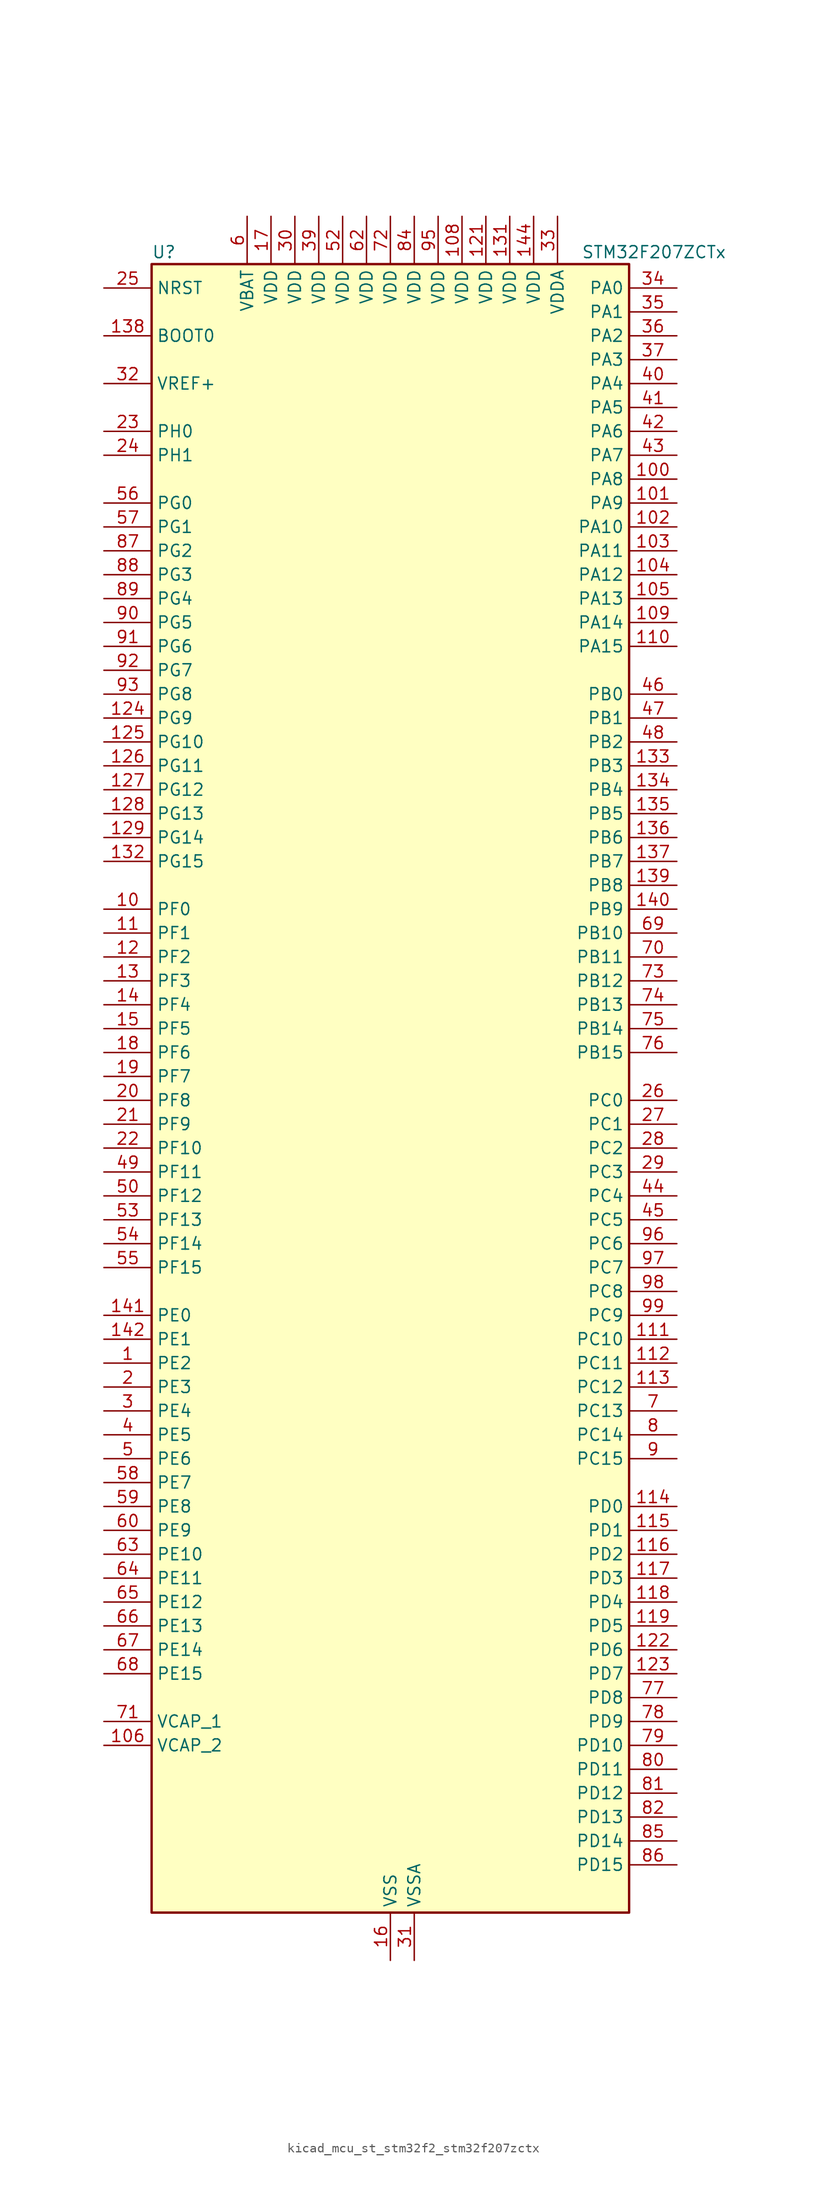
<source format=kicad_sym>
(kicad_symbol_lib
  (version 20220914)
  (generator kicad_symbol_editor)
  (symbol "kicad_mcu_st_stm32f2_stm32f207zctx"
    (property "Reference" "U"
      (at -25.4 90.17 0)
      (effects (font (size 1.27 1.27)) (justify left)))
    (property "Value" "STM32F207ZCTx"
      (at 20.32 90.17 0)
      (effects (font (size 1.27 1.27)) (justify left)))
    (property "ki_locked" ""
      (at 0 0 0)
      (effects (font (size 1.27 1.27))))
    (symbol "kicad_mcu_st_stm32f2_stm32f207zctx_0_1"
      (rectangle (start -25.4 -86.36) (end 25.4 88.9) (stroke (width 0.254) (type default)) (fill (type background))))
    (symbol "kicad_mcu_st_stm32f2_stm32f207zctx_1_1"
      (pin bidirectional line (at -30.48 -27.94 0) (length 5.08) (name "PE2" (effects (font (size 1.27 1.27)))) (number "1" (effects (font (size 1.27 1.27)))) (alternate "ETH_TXD3" bidirectional line) (alternate "FSMC_A23" bidirectional line) (alternate "SYS_TRACECLK" bidirectional line))
      (pin bidirectional line (at -30.48 20.32 0) (length 5.08) (name "PF0" (effects (font (size 1.27 1.27)))) (number "10" (effects (font (size 1.27 1.27)))) (alternate "FSMC_A0" bidirectional line) (alternate "I2C2_SDA" bidirectional line))
      (pin bidirectional line (at 30.48 66.04 180) (length 5.08) (name "PA8" (effects (font (size 1.27 1.27)))) (number "100" (effects (font (size 1.27 1.27)))) (alternate "I2C3_SCL" bidirectional line) (alternate "RCC_MCO_1" bidirectional line) (alternate "TIM1_CH1" bidirectional line) (alternate "USART1_CK" bidirectional line) (alternate "USB_OTG_FS_SOF" bidirectional line))
      (pin bidirectional line (at 30.48 63.5 180) (length 5.08) (name "PA9" (effects (font (size 1.27 1.27)))) (number "101" (effects (font (size 1.27 1.27)))) (alternate "DAC_EXTI9" bidirectional line) (alternate "DCMI_D0" bidirectional line) (alternate "I2C3_SMBA" bidirectional line) (alternate "TIM1_CH2" bidirectional line) (alternate "USART1_TX" bidirectional line) (alternate "USB_OTG_FS_VBUS" bidirectional line))
      (pin bidirectional line (at 30.48 60.96 180) (length 5.08) (name "PA10" (effects (font (size 1.27 1.27)))) (number "102" (effects (font (size 1.27 1.27)))) (alternate "DCMI_D1" bidirectional line) (alternate "TIM1_CH3" bidirectional line) (alternate "USART1_RX" bidirectional line) (alternate "USB_OTG_FS_ID" bidirectional line))
      (pin bidirectional line (at 30.48 58.42 180) (length 5.08) (name "PA11" (effects (font (size 1.27 1.27)))) (number "103" (effects (font (size 1.27 1.27)))) (alternate "ADC1_EXTI11" bidirectional line) (alternate "ADC2_EXTI11" bidirectional line) (alternate "ADC3_EXTI11" bidirectional line) (alternate "CAN1_RX" bidirectional line) (alternate "TIM1_CH4" bidirectional line) (alternate "USART1_CTS" bidirectional line) (alternate "USB_OTG_FS_DM" bidirectional line))
      (pin bidirectional line (at 30.48 55.88 180) (length 5.08) (name "PA12" (effects (font (size 1.27 1.27)))) (number "104" (effects (font (size 1.27 1.27)))) (alternate "CAN1_TX" bidirectional line) (alternate "TIM1_ETR" bidirectional line) (alternate "USART1_RTS" bidirectional line) (alternate "USB_OTG_FS_DP" bidirectional line))
      (pin bidirectional line (at 30.48 53.34 180) (length 5.08) (name "PA13" (effects (font (size 1.27 1.27)))) (number "105" (effects (font (size 1.27 1.27)))) (alternate "SYS_JTMS-SWDIO" bidirectional line))
      (pin power_out line (at -30.48 -68.58 0) (length 5.08) (name "VCAP_2" (effects (font (size 1.27 1.27)))) (number "106" (effects (font (size 1.27 1.27)))))
      (pin passive line (at 0 -91.44 90) (length 5.08) hide (name "VSS" (effects (font (size 1.27 1.27)))) (number "107" (effects (font (size 1.27 1.27)))))
      (pin power_in line (at 7.62 93.98 270) (length 5.08) (name "VDD" (effects (font (size 1.27 1.27)))) (number "108" (effects (font (size 1.27 1.27)))))
      (pin bidirectional line (at 30.48 50.8 180) (length 5.08) (name "PA14" (effects (font (size 1.27 1.27)))) (number "109" (effects (font (size 1.27 1.27)))) (alternate "SYS_JTCK-SWCLK" bidirectional line))
      (pin bidirectional line (at -30.48 17.78 0) (length 5.08) (name "PF1" (effects (font (size 1.27 1.27)))) (number "11" (effects (font (size 1.27 1.27)))) (alternate "FSMC_A1" bidirectional line) (alternate "I2C2_SCL" bidirectional line))
      (pin bidirectional line (at 30.48 48.26 180) (length 5.08) (name "PA15" (effects (font (size 1.27 1.27)))) (number "110" (effects (font (size 1.27 1.27)))) (alternate "ADC1_EXTI15" bidirectional line) (alternate "ADC2_EXTI15" bidirectional line) (alternate "ADC3_EXTI15" bidirectional line) (alternate "I2S3_WS" bidirectional line) (alternate "SPI1_NSS" bidirectional line) (alternate "SPI3_NSS" bidirectional line) (alternate "SYS_JTDI" bidirectional line) (alternate "TIM2_CH1" bidirectional line) (alternate "TIM2_ETR" bidirectional line))
      (pin bidirectional line (at 30.48 -25.4 180) (length 5.08) (name "PC10" (effects (font (size 1.27 1.27)))) (number "111" (effects (font (size 1.27 1.27)))) (alternate "DCMI_D8" bidirectional line) (alternate "I2S3_SCK" bidirectional line) (alternate "SDIO_D2" bidirectional line) (alternate "SPI3_SCK" bidirectional line) (alternate "UART4_TX" bidirectional line) (alternate "USART3_TX" bidirectional line))
      (pin bidirectional line (at 30.48 -27.94 180) (length 5.08) (name "PC11" (effects (font (size 1.27 1.27)))) (number "112" (effects (font (size 1.27 1.27)))) (alternate "ADC1_EXTI11" bidirectional line) (alternate "ADC2_EXTI11" bidirectional line) (alternate "ADC3_EXTI11" bidirectional line) (alternate "DCMI_D4" bidirectional line) (alternate "SDIO_D3" bidirectional line) (alternate "SPI3_MISO" bidirectional line) (alternate "UART4_RX" bidirectional line) (alternate "USART3_RX" bidirectional line))
      (pin bidirectional line (at 30.48 -30.48 180) (length 5.08) (name "PC12" (effects (font (size 1.27 1.27)))) (number "113" (effects (font (size 1.27 1.27)))) (alternate "DCMI_D9" bidirectional line) (alternate "I2S3_SD" bidirectional line) (alternate "SDIO_CK" bidirectional line) (alternate "SPI3_MOSI" bidirectional line) (alternate "UART5_TX" bidirectional line) (alternate "USART3_CK" bidirectional line))
      (pin bidirectional line (at 30.48 -43.18 180) (length 5.08) (name "PD0" (effects (font (size 1.27 1.27)))) (number "114" (effects (font (size 1.27 1.27)))) (alternate "CAN1_RX" bidirectional line) (alternate "FSMC_D2" bidirectional line) (alternate "FSMC_DA2" bidirectional line))
      (pin bidirectional line (at 30.48 -45.72 180) (length 5.08) (name "PD1" (effects (font (size 1.27 1.27)))) (number "115" (effects (font (size 1.27 1.27)))) (alternate "CAN1_TX" bidirectional line) (alternate "FSMC_D3" bidirectional line) (alternate "FSMC_DA3" bidirectional line))
      (pin bidirectional line (at 30.48 -48.26 180) (length 5.08) (name "PD2" (effects (font (size 1.27 1.27)))) (number "116" (effects (font (size 1.27 1.27)))) (alternate "DCMI_D11" bidirectional line) (alternate "SDIO_CMD" bidirectional line) (alternate "TIM3_ETR" bidirectional line) (alternate "UART5_RX" bidirectional line))
      (pin bidirectional line (at 30.48 -50.8 180) (length 5.08) (name "PD3" (effects (font (size 1.27 1.27)))) (number "117" (effects (font (size 1.27 1.27)))) (alternate "FSMC_CLK" bidirectional line) (alternate "USART2_CTS" bidirectional line))
      (pin bidirectional line (at 30.48 -53.34 180) (length 5.08) (name "PD4" (effects (font (size 1.27 1.27)))) (number "118" (effects (font (size 1.27 1.27)))) (alternate "FSMC_NOE" bidirectional line) (alternate "USART2_RTS" bidirectional line))
      (pin bidirectional line (at 30.48 -55.88 180) (length 5.08) (name "PD5" (effects (font (size 1.27 1.27)))) (number "119" (effects (font (size 1.27 1.27)))) (alternate "FSMC_NWE" bidirectional line) (alternate "USART2_TX" bidirectional line))
      (pin bidirectional line (at -30.48 15.24 0) (length 5.08) (name "PF2" (effects (font (size 1.27 1.27)))) (number "12" (effects (font (size 1.27 1.27)))) (alternate "FSMC_A2" bidirectional line) (alternate "I2C2_SMBA" bidirectional line))
      (pin passive line (at 0 -91.44 90) (length 5.08) hide (name "VSS" (effects (font (size 1.27 1.27)))) (number "120" (effects (font (size 1.27 1.27)))))
      (pin power_in line (at 10.16 93.98 270) (length 5.08) (name "VDD" (effects (font (size 1.27 1.27)))) (number "121" (effects (font (size 1.27 1.27)))))
      (pin bidirectional line (at 30.48 -58.42 180) (length 5.08) (name "PD6" (effects (font (size 1.27 1.27)))) (number "122" (effects (font (size 1.27 1.27)))) (alternate "FSMC_NWAIT" bidirectional line) (alternate "USART2_RX" bidirectional line))
      (pin bidirectional line (at 30.48 -60.96 180) (length 5.08) (name "PD7" (effects (font (size 1.27 1.27)))) (number "123" (effects (font (size 1.27 1.27)))) (alternate "FSMC_NCE2" bidirectional line) (alternate "FSMC_NE1" bidirectional line) (alternate "USART2_CK" bidirectional line))
      (pin bidirectional line (at -30.48 40.64 0) (length 5.08) (name "PG9" (effects (font (size 1.27 1.27)))) (number "124" (effects (font (size 1.27 1.27)))) (alternate "DAC_EXTI9" bidirectional line) (alternate "FSMC_NCE3" bidirectional line) (alternate "FSMC_NE2" bidirectional line) (alternate "USART6_RX" bidirectional line))
      (pin bidirectional line (at -30.48 38.1 0) (length 5.08) (name "PG10" (effects (font (size 1.27 1.27)))) (number "125" (effects (font (size 1.27 1.27)))) (alternate "FSMC_NCE4_1" bidirectional line) (alternate "FSMC_NE3" bidirectional line))
      (pin bidirectional line (at -30.48 35.56 0) (length 5.08) (name "PG11" (effects (font (size 1.27 1.27)))) (number "126" (effects (font (size 1.27 1.27)))) (alternate "ADC1_EXTI11" bidirectional line) (alternate "ADC2_EXTI11" bidirectional line) (alternate "ADC3_EXTI11" bidirectional line) (alternate "ETH_TX_EN" bidirectional line) (alternate "FSMC_NCE4_2" bidirectional line))
      (pin bidirectional line (at -30.48 33.02 0) (length 5.08) (name "PG12" (effects (font (size 1.27 1.27)))) (number "127" (effects (font (size 1.27 1.27)))) (alternate "FSMC_NE4" bidirectional line) (alternate "USART6_RTS" bidirectional line))
      (pin bidirectional line (at -30.48 30.48 0) (length 5.08) (name "PG13" (effects (font (size 1.27 1.27)))) (number "128" (effects (font (size 1.27 1.27)))) (alternate "ETH_TXD0" bidirectional line) (alternate "FSMC_A24" bidirectional line) (alternate "USART6_CTS" bidirectional line))
      (pin bidirectional line (at -30.48 27.94 0) (length 5.08) (name "PG14" (effects (font (size 1.27 1.27)))) (number "129" (effects (font (size 1.27 1.27)))) (alternate "ETH_TXD1" bidirectional line) (alternate "FSMC_A25" bidirectional line) (alternate "USART6_TX" bidirectional line))
      (pin bidirectional line (at -30.48 12.7 0) (length 5.08) (name "PF3" (effects (font (size 1.27 1.27)))) (number "13" (effects (font (size 1.27 1.27)))) (alternate "ADC3_IN9" bidirectional line) (alternate "FSMC_A3" bidirectional line))
      (pin passive line (at 0 -91.44 90) (length 5.08) hide (name "VSS" (effects (font (size 1.27 1.27)))) (number "130" (effects (font (size 1.27 1.27)))))
      (pin power_in line (at 12.7 93.98 270) (length 5.08) (name "VDD" (effects (font (size 1.27 1.27)))) (number "131" (effects (font (size 1.27 1.27)))))
      (pin bidirectional line (at -30.48 25.4 0) (length 5.08) (name "PG15" (effects (font (size 1.27 1.27)))) (number "132" (effects (font (size 1.27 1.27)))) (alternate "ADC1_EXTI15" bidirectional line) (alternate "ADC2_EXTI15" bidirectional line) (alternate "ADC3_EXTI15" bidirectional line) (alternate "DCMI_D13" bidirectional line) (alternate "USART6_CTS" bidirectional line))
      (pin bidirectional line (at 30.48 35.56 180) (length 5.08) (name "PB3" (effects (font (size 1.27 1.27)))) (number "133" (effects (font (size 1.27 1.27)))) (alternate "I2S3_SCK" bidirectional line) (alternate "SPI1_SCK" bidirectional line) (alternate "SPI3_SCK" bidirectional line) (alternate "SYS_JTDO-SWO" bidirectional line) (alternate "TIM2_CH2" bidirectional line))
      (pin bidirectional line (at 30.48 33.02 180) (length 5.08) (name "PB4" (effects (font (size 1.27 1.27)))) (number "134" (effects (font (size 1.27 1.27)))) (alternate "SPI1_MISO" bidirectional line) (alternate "SPI3_MISO" bidirectional line) (alternate "SYS_JTRST" bidirectional line) (alternate "TIM3_CH1" bidirectional line))
      (pin bidirectional line (at 30.48 30.48 180) (length 5.08) (name "PB5" (effects (font (size 1.27 1.27)))) (number "135" (effects (font (size 1.27 1.27)))) (alternate "CAN2_RX" bidirectional line) (alternate "DCMI_D10" bidirectional line) (alternate "ETH_PPS_OUT" bidirectional line) (alternate "I2C1_SMBA" bidirectional line) (alternate "I2S3_SD" bidirectional line) (alternate "SPI1_MOSI" bidirectional line) (alternate "SPI3_MOSI" bidirectional line) (alternate "TIM3_CH2" bidirectional line) (alternate "USB_OTG_HS_ULPI_D7" bidirectional line))
      (pin bidirectional line (at 30.48 27.94 180) (length 5.08) (name "PB6" (effects (font (size 1.27 1.27)))) (number "136" (effects (font (size 1.27 1.27)))) (alternate "CAN2_TX" bidirectional line) (alternate "DCMI_D5" bidirectional line) (alternate "I2C1_SCL" bidirectional line) (alternate "TIM4_CH1" bidirectional line) (alternate "USART1_TX" bidirectional line))
      (pin bidirectional line (at 30.48 25.4 180) (length 5.08) (name "PB7" (effects (font (size 1.27 1.27)))) (number "137" (effects (font (size 1.27 1.27)))) (alternate "DCMI_VSYNC" bidirectional line) (alternate "FSMC_NL" bidirectional line) (alternate "I2C1_SDA" bidirectional line) (alternate "TIM4_CH2" bidirectional line) (alternate "USART1_RX" bidirectional line))
      (pin input line (at -30.48 81.28 0) (length 5.08) (name "BOOT0" (effects (font (size 1.27 1.27)))) (number "138" (effects (font (size 1.27 1.27)))))
      (pin bidirectional line (at 30.48 22.86 180) (length 5.08) (name "PB8" (effects (font (size 1.27 1.27)))) (number "139" (effects (font (size 1.27 1.27)))) (alternate "CAN1_RX" bidirectional line) (alternate "DCMI_D6" bidirectional line) (alternate "ETH_TXD3" bidirectional line) (alternate "I2C1_SCL" bidirectional line) (alternate "SDIO_D4" bidirectional line) (alternate "TIM10_CH1" bidirectional line) (alternate "TIM4_CH3" bidirectional line))
      (pin bidirectional line (at -30.48 10.16 0) (length 5.08) (name "PF4" (effects (font (size 1.27 1.27)))) (number "14" (effects (font (size 1.27 1.27)))) (alternate "ADC3_IN14" bidirectional line) (alternate "FSMC_A4" bidirectional line))
      (pin bidirectional line (at 30.48 20.32 180) (length 5.08) (name "PB9" (effects (font (size 1.27 1.27)))) (number "140" (effects (font (size 1.27 1.27)))) (alternate "CAN1_TX" bidirectional line) (alternate "DAC_EXTI9" bidirectional line) (alternate "DCMI_D7" bidirectional line) (alternate "I2C1_SDA" bidirectional line) (alternate "I2S2_WS" bidirectional line) (alternate "SDIO_D5" bidirectional line) (alternate "SPI2_NSS" bidirectional line) (alternate "TIM11_CH1" bidirectional line) (alternate "TIM4_CH4" bidirectional line))
      (pin bidirectional line (at -30.48 -22.86 0) (length 5.08) (name "PE0" (effects (font (size 1.27 1.27)))) (number "141" (effects (font (size 1.27 1.27)))) (alternate "DCMI_D2" bidirectional line) (alternate "FSMC_NBL0" bidirectional line) (alternate "TIM4_ETR" bidirectional line))
      (pin bidirectional line (at -30.48 -25.4 0) (length 5.08) (name "PE1" (effects (font (size 1.27 1.27)))) (number "142" (effects (font (size 1.27 1.27)))) (alternate "DCMI_D3" bidirectional line) (alternate "FSMC_NBL1" bidirectional line))
      (pin no_connect line (at -25.4 -86.36 0) (length 5.08) hide (name "RFU" (effects (font (size 1.27 1.27)))) (number "143" (effects (font (size 1.27 1.27)))))
      (pin power_in line (at 15.24 93.98 270) (length 5.08) (name "VDD" (effects (font (size 1.27 1.27)))) (number "144" (effects (font (size 1.27 1.27)))))
      (pin bidirectional line (at -30.48 7.62 0) (length 5.08) (name "PF5" (effects (font (size 1.27 1.27)))) (number "15" (effects (font (size 1.27 1.27)))) (alternate "ADC3_IN15" bidirectional line) (alternate "FSMC_A5" bidirectional line))
      (pin power_in line (at 0 -91.44 90) (length 5.08) (name "VSS" (effects (font (size 1.27 1.27)))) (number "16" (effects (font (size 1.27 1.27)))))
      (pin power_in line (at -12.7 93.98 270) (length 5.08) (name "VDD" (effects (font (size 1.27 1.27)))) (number "17" (effects (font (size 1.27 1.27)))))
      (pin bidirectional line (at -30.48 5.08 0) (length 5.08) (name "PF6" (effects (font (size 1.27 1.27)))) (number "18" (effects (font (size 1.27 1.27)))) (alternate "ADC3_IN4" bidirectional line) (alternate "FSMC_NIORD" bidirectional line) (alternate "TIM10_CH1" bidirectional line))
      (pin bidirectional line (at -30.48 2.54 0) (length 5.08) (name "PF7" (effects (font (size 1.27 1.27)))) (number "19" (effects (font (size 1.27 1.27)))) (alternate "ADC3_IN5" bidirectional line) (alternate "FSMC_NREG" bidirectional line) (alternate "TIM11_CH1" bidirectional line))
      (pin bidirectional line (at -30.48 -30.48 0) (length 5.08) (name "PE3" (effects (font (size 1.27 1.27)))) (number "2" (effects (font (size 1.27 1.27)))) (alternate "FSMC_A19" bidirectional line) (alternate "SYS_TRACED0" bidirectional line))
      (pin bidirectional line (at -30.48 0 0) (length 5.08) (name "PF8" (effects (font (size 1.27 1.27)))) (number "20" (effects (font (size 1.27 1.27)))) (alternate "ADC3_IN6" bidirectional line) (alternate "FSMC_NIOWR" bidirectional line) (alternate "TIM13_CH1" bidirectional line))
      (pin bidirectional line (at -30.48 -2.54 0) (length 5.08) (name "PF9" (effects (font (size 1.27 1.27)))) (number "21" (effects (font (size 1.27 1.27)))) (alternate "ADC3_IN7" bidirectional line) (alternate "DAC_EXTI9" bidirectional line) (alternate "FSMC_CD" bidirectional line) (alternate "TIM14_CH1" bidirectional line))
      (pin bidirectional line (at -30.48 -5.08 0) (length 5.08) (name "PF10" (effects (font (size 1.27 1.27)))) (number "22" (effects (font (size 1.27 1.27)))) (alternate "ADC3_IN8" bidirectional line) (alternate "FSMC_INTR" bidirectional line))
      (pin bidirectional line (at -30.48 71.12 0) (length 5.08) (name "PH0" (effects (font (size 1.27 1.27)))) (number "23" (effects (font (size 1.27 1.27)))) (alternate "RCC_OSC_IN" bidirectional line))
      (pin bidirectional line (at -30.48 68.58 0) (length 5.08) (name "PH1" (effects (font (size 1.27 1.27)))) (number "24" (effects (font (size 1.27 1.27)))) (alternate "RCC_OSC_OUT" bidirectional line))
      (pin input line (at -30.48 86.36 0) (length 5.08) (name "NRST" (effects (font (size 1.27 1.27)))) (number "25" (effects (font (size 1.27 1.27)))))
      (pin bidirectional line (at 30.48 0 180) (length 5.08) (name "PC0" (effects (font (size 1.27 1.27)))) (number "26" (effects (font (size 1.27 1.27)))) (alternate "ADC1_IN10" bidirectional line) (alternate "ADC2_IN10" bidirectional line) (alternate "ADC3_IN10" bidirectional line) (alternate "USB_OTG_HS_ULPI_STP" bidirectional line))
      (pin bidirectional line (at 30.48 -2.54 180) (length 5.08) (name "PC1" (effects (font (size 1.27 1.27)))) (number "27" (effects (font (size 1.27 1.27)))) (alternate "ADC1_IN11" bidirectional line) (alternate "ADC2_IN11" bidirectional line) (alternate "ADC3_IN11" bidirectional line) (alternate "ETH_MDC" bidirectional line))
      (pin bidirectional line (at 30.48 -5.08 180) (length 5.08) (name "PC2" (effects (font (size 1.27 1.27)))) (number "28" (effects (font (size 1.27 1.27)))) (alternate "ADC1_IN12" bidirectional line) (alternate "ADC2_IN12" bidirectional line) (alternate "ADC3_IN12" bidirectional line) (alternate "ETH_TXD2" bidirectional line) (alternate "SPI2_MISO" bidirectional line) (alternate "USB_OTG_HS_ULPI_DIR" bidirectional line))
      (pin bidirectional line (at 30.48 -7.62 180) (length 5.08) (name "PC3" (effects (font (size 1.27 1.27)))) (number "29" (effects (font (size 1.27 1.27)))) (alternate "ADC1_IN13" bidirectional line) (alternate "ADC2_IN13" bidirectional line) (alternate "ADC3_IN13" bidirectional line) (alternate "ETH_TX_CLK" bidirectional line) (alternate "I2S2_SD" bidirectional line) (alternate "SPI2_MOSI" bidirectional line) (alternate "USB_OTG_HS_ULPI_NXT" bidirectional line))
      (pin bidirectional line (at -30.48 -33.02 0) (length 5.08) (name "PE4" (effects (font (size 1.27 1.27)))) (number "3" (effects (font (size 1.27 1.27)))) (alternate "DCMI_D4" bidirectional line) (alternate "FSMC_A20" bidirectional line) (alternate "SYS_TRACED1" bidirectional line))
      (pin power_in line (at -10.16 93.98 270) (length 5.08) (name "VDD" (effects (font (size 1.27 1.27)))) (number "30" (effects (font (size 1.27 1.27)))))
      (pin power_in line (at 2.54 -91.44 90) (length 5.08) (name "VSSA" (effects (font (size 1.27 1.27)))) (number "31" (effects (font (size 1.27 1.27)))))
      (pin input line (at -30.48 76.2 0) (length 5.08) (name "VREF+" (effects (font (size 1.27 1.27)))) (number "32" (effects (font (size 1.27 1.27)))))
      (pin power_in line (at 17.78 93.98 270) (length 5.08) (name "VDDA" (effects (font (size 1.27 1.27)))) (number "33" (effects (font (size 1.27 1.27)))))
      (pin bidirectional line (at 30.48 86.36 180) (length 5.08) (name "PA0" (effects (font (size 1.27 1.27)))) (number "34" (effects (font (size 1.27 1.27)))) (alternate "ADC1_IN0" bidirectional line) (alternate "ADC2_IN0" bidirectional line) (alternate "ADC3_IN0" bidirectional line) (alternate "ETH_CRS" bidirectional line) (alternate "SYS_WKUP" bidirectional line) (alternate "TIM2_CH1" bidirectional line) (alternate "TIM2_ETR" bidirectional line) (alternate "TIM5_CH1" bidirectional line) (alternate "TIM8_ETR" bidirectional line) (alternate "UART4_TX" bidirectional line) (alternate "USART2_CTS" bidirectional line))
      (pin bidirectional line (at 30.48 83.82 180) (length 5.08) (name "PA1" (effects (font (size 1.27 1.27)))) (number "35" (effects (font (size 1.27 1.27)))) (alternate "ADC1_IN1" bidirectional line) (alternate "ADC2_IN1" bidirectional line) (alternate "ADC3_IN1" bidirectional line) (alternate "ETH_REF_CLK" bidirectional line) (alternate "ETH_RX_CLK" bidirectional line) (alternate "TIM2_CH2" bidirectional line) (alternate "TIM5_CH2" bidirectional line) (alternate "UART4_RX" bidirectional line) (alternate "USART2_RTS" bidirectional line))
      (pin bidirectional line (at 30.48 81.28 180) (length 5.08) (name "PA2" (effects (font (size 1.27 1.27)))) (number "36" (effects (font (size 1.27 1.27)))) (alternate "ADC1_IN2" bidirectional line) (alternate "ADC2_IN2" bidirectional line) (alternate "ADC3_IN2" bidirectional line) (alternate "ETH_MDIO" bidirectional line) (alternate "TIM2_CH3" bidirectional line) (alternate "TIM5_CH3" bidirectional line) (alternate "TIM9_CH1" bidirectional line) (alternate "USART2_TX" bidirectional line))
      (pin bidirectional line (at 30.48 78.74 180) (length 5.08) (name "PA3" (effects (font (size 1.27 1.27)))) (number "37" (effects (font (size 1.27 1.27)))) (alternate "ADC1_IN3" bidirectional line) (alternate "ADC2_IN3" bidirectional line) (alternate "ADC3_IN3" bidirectional line) (alternate "ETH_COL" bidirectional line) (alternate "TIM2_CH4" bidirectional line) (alternate "TIM5_CH4" bidirectional line) (alternate "TIM9_CH2" bidirectional line) (alternate "USART2_RX" bidirectional line) (alternate "USB_OTG_HS_ULPI_D0" bidirectional line))
      (pin passive line (at 0 -91.44 90) (length 5.08) hide (name "VSS" (effects (font (size 1.27 1.27)))) (number "38" (effects (font (size 1.27 1.27)))))
      (pin power_in line (at -7.62 93.98 270) (length 5.08) (name "VDD" (effects (font (size 1.27 1.27)))) (number "39" (effects (font (size 1.27 1.27)))))
      (pin bidirectional line (at -30.48 -35.56 0) (length 5.08) (name "PE5" (effects (font (size 1.27 1.27)))) (number "4" (effects (font (size 1.27 1.27)))) (alternate "DCMI_D6" bidirectional line) (alternate "FSMC_A21" bidirectional line) (alternate "SYS_TRACED2" bidirectional line) (alternate "TIM9_CH1" bidirectional line))
      (pin bidirectional line (at 30.48 76.2 180) (length 5.08) (name "PA4" (effects (font (size 1.27 1.27)))) (number "40" (effects (font (size 1.27 1.27)))) (alternate "ADC1_IN4" bidirectional line) (alternate "ADC2_IN4" bidirectional line) (alternate "DAC_OUT1" bidirectional line) (alternate "DCMI_HSYNC" bidirectional line) (alternate "I2S3_WS" bidirectional line) (alternate "SPI1_NSS" bidirectional line) (alternate "SPI3_NSS" bidirectional line) (alternate "USART2_CK" bidirectional line) (alternate "USB_OTG_HS_SOF" bidirectional line))
      (pin bidirectional line (at 30.48 73.66 180) (length 5.08) (name "PA5" (effects (font (size 1.27 1.27)))) (number "41" (effects (font (size 1.27 1.27)))) (alternate "ADC1_IN5" bidirectional line) (alternate "ADC2_IN5" bidirectional line) (alternate "DAC_OUT2" bidirectional line) (alternate "SPI1_SCK" bidirectional line) (alternate "TIM2_CH1" bidirectional line) (alternate "TIM2_ETR" bidirectional line) (alternate "TIM8_CH1N" bidirectional line) (alternate "USB_OTG_HS_ULPI_CK" bidirectional line))
      (pin bidirectional line (at 30.48 71.12 180) (length 5.08) (name "PA6" (effects (font (size 1.27 1.27)))) (number "42" (effects (font (size 1.27 1.27)))) (alternate "ADC1_IN6" bidirectional line) (alternate "ADC2_IN6" bidirectional line) (alternate "DCMI_PIXCLK" bidirectional line) (alternate "SPI1_MISO" bidirectional line) (alternate "TIM13_CH1" bidirectional line) (alternate "TIM1_BKIN" bidirectional line) (alternate "TIM3_CH1" bidirectional line) (alternate "TIM8_BKIN" bidirectional line))
      (pin bidirectional line (at 30.48 68.58 180) (length 5.08) (name "PA7" (effects (font (size 1.27 1.27)))) (number "43" (effects (font (size 1.27 1.27)))) (alternate "ADC1_IN7" bidirectional line) (alternate "ADC2_IN7" bidirectional line) (alternate "ETH_CRS_DV" bidirectional line) (alternate "ETH_RX_DV" bidirectional line) (alternate "SPI1_MOSI" bidirectional line) (alternate "TIM14_CH1" bidirectional line) (alternate "TIM1_CH1N" bidirectional line) (alternate "TIM3_CH2" bidirectional line) (alternate "TIM8_CH1N" bidirectional line))
      (pin bidirectional line (at 30.48 -10.16 180) (length 5.08) (name "PC4" (effects (font (size 1.27 1.27)))) (number "44" (effects (font (size 1.27 1.27)))) (alternate "ADC1_IN14" bidirectional line) (alternate "ADC2_IN14" bidirectional line) (alternate "ETH_RXD0" bidirectional line))
      (pin bidirectional line (at 30.48 -12.7 180) (length 5.08) (name "PC5" (effects (font (size 1.27 1.27)))) (number "45" (effects (font (size 1.27 1.27)))) (alternate "ADC1_IN15" bidirectional line) (alternate "ADC2_IN15" bidirectional line) (alternate "ETH_RXD1" bidirectional line))
      (pin bidirectional line (at 30.48 43.18 180) (length 5.08) (name "PB0" (effects (font (size 1.27 1.27)))) (number "46" (effects (font (size 1.27 1.27)))) (alternate "ADC1_IN8" bidirectional line) (alternate "ADC2_IN8" bidirectional line) (alternate "ETH_RXD2" bidirectional line) (alternate "TIM1_CH2N" bidirectional line) (alternate "TIM3_CH3" bidirectional line) (alternate "TIM8_CH2N" bidirectional line) (alternate "USB_OTG_HS_ULPI_D1" bidirectional line))
      (pin bidirectional line (at 30.48 40.64 180) (length 5.08) (name "PB1" (effects (font (size 1.27 1.27)))) (number "47" (effects (font (size 1.27 1.27)))) (alternate "ADC1_IN9" bidirectional line) (alternate "ADC2_IN9" bidirectional line) (alternate "ETH_RXD3" bidirectional line) (alternate "TIM1_CH3N" bidirectional line) (alternate "TIM3_CH4" bidirectional line) (alternate "TIM8_CH3N" bidirectional line) (alternate "USB_OTG_HS_ULPI_D2" bidirectional line))
      (pin bidirectional line (at 30.48 38.1 180) (length 5.08) (name "PB2" (effects (font (size 1.27 1.27)))) (number "48" (effects (font (size 1.27 1.27)))))
      (pin bidirectional line (at -30.48 -7.62 0) (length 5.08) (name "PF11" (effects (font (size 1.27 1.27)))) (number "49" (effects (font (size 1.27 1.27)))) (alternate "ADC1_EXTI11" bidirectional line) (alternate "ADC2_EXTI11" bidirectional line) (alternate "ADC3_EXTI11" bidirectional line) (alternate "DCMI_D12" bidirectional line))
      (pin bidirectional line (at -30.48 -38.1 0) (length 5.08) (name "PE6" (effects (font (size 1.27 1.27)))) (number "5" (effects (font (size 1.27 1.27)))) (alternate "DCMI_D7" bidirectional line) (alternate "FSMC_A22" bidirectional line) (alternate "SYS_TRACED3" bidirectional line) (alternate "TIM9_CH2" bidirectional line))
      (pin bidirectional line (at -30.48 -10.16 0) (length 5.08) (name "PF12" (effects (font (size 1.27 1.27)))) (number "50" (effects (font (size 1.27 1.27)))) (alternate "FSMC_A6" bidirectional line))
      (pin passive line (at 0 -91.44 90) (length 5.08) hide (name "VSS" (effects (font (size 1.27 1.27)))) (number "51" (effects (font (size 1.27 1.27)))))
      (pin power_in line (at -5.08 93.98 270) (length 5.08) (name "VDD" (effects (font (size 1.27 1.27)))) (number "52" (effects (font (size 1.27 1.27)))))
      (pin bidirectional line (at -30.48 -12.7 0) (length 5.08) (name "PF13" (effects (font (size 1.27 1.27)))) (number "53" (effects (font (size 1.27 1.27)))) (alternate "FSMC_A7" bidirectional line))
      (pin bidirectional line (at -30.48 -15.24 0) (length 5.08) (name "PF14" (effects (font (size 1.27 1.27)))) (number "54" (effects (font (size 1.27 1.27)))) (alternate "FSMC_A8" bidirectional line))
      (pin bidirectional line (at -30.48 -17.78 0) (length 5.08) (name "PF15" (effects (font (size 1.27 1.27)))) (number "55" (effects (font (size 1.27 1.27)))) (alternate "ADC1_EXTI15" bidirectional line) (alternate "ADC2_EXTI15" bidirectional line) (alternate "ADC3_EXTI15" bidirectional line) (alternate "FSMC_A9" bidirectional line))
      (pin bidirectional line (at -30.48 63.5 0) (length 5.08) (name "PG0" (effects (font (size 1.27 1.27)))) (number "56" (effects (font (size 1.27 1.27)))) (alternate "FSMC_A10" bidirectional line))
      (pin bidirectional line (at -30.48 60.96 0) (length 5.08) (name "PG1" (effects (font (size 1.27 1.27)))) (number "57" (effects (font (size 1.27 1.27)))) (alternate "FSMC_A11" bidirectional line))
      (pin bidirectional line (at -30.48 -40.64 0) (length 5.08) (name "PE7" (effects (font (size 1.27 1.27)))) (number "58" (effects (font (size 1.27 1.27)))) (alternate "FSMC_D4" bidirectional line) (alternate "FSMC_DA4" bidirectional line) (alternate "TIM1_ETR" bidirectional line))
      (pin bidirectional line (at -30.48 -43.18 0) (length 5.08) (name "PE8" (effects (font (size 1.27 1.27)))) (number "59" (effects (font (size 1.27 1.27)))) (alternate "FSMC_D5" bidirectional line) (alternate "FSMC_DA5" bidirectional line) (alternate "TIM1_CH1N" bidirectional line))
      (pin power_in line (at -15.24 93.98 270) (length 5.08) (name "VBAT" (effects (font (size 1.27 1.27)))) (number "6" (effects (font (size 1.27 1.27)))))
      (pin bidirectional line (at -30.48 -45.72 0) (length 5.08) (name "PE9" (effects (font (size 1.27 1.27)))) (number "60" (effects (font (size 1.27 1.27)))) (alternate "DAC_EXTI9" bidirectional line) (alternate "FSMC_D6" bidirectional line) (alternate "FSMC_DA6" bidirectional line) (alternate "TIM1_CH1" bidirectional line))
      (pin passive line (at 0 -91.44 90) (length 5.08) hide (name "VSS" (effects (font (size 1.27 1.27)))) (number "61" (effects (font (size 1.27 1.27)))))
      (pin power_in line (at -2.54 93.98 270) (length 5.08) (name "VDD" (effects (font (size 1.27 1.27)))) (number "62" (effects (font (size 1.27 1.27)))))
      (pin bidirectional line (at -30.48 -48.26 0) (length 5.08) (name "PE10" (effects (font (size 1.27 1.27)))) (number "63" (effects (font (size 1.27 1.27)))) (alternate "FSMC_D7" bidirectional line) (alternate "FSMC_DA7" bidirectional line) (alternate "TIM1_CH2N" bidirectional line))
      (pin bidirectional line (at -30.48 -50.8 0) (length 5.08) (name "PE11" (effects (font (size 1.27 1.27)))) (number "64" (effects (font (size 1.27 1.27)))) (alternate "ADC1_EXTI11" bidirectional line) (alternate "ADC2_EXTI11" bidirectional line) (alternate "ADC3_EXTI11" bidirectional line) (alternate "FSMC_D8" bidirectional line) (alternate "FSMC_DA8" bidirectional line) (alternate "TIM1_CH2" bidirectional line))
      (pin bidirectional line (at -30.48 -53.34 0) (length 5.08) (name "PE12" (effects (font (size 1.27 1.27)))) (number "65" (effects (font (size 1.27 1.27)))) (alternate "FSMC_D9" bidirectional line) (alternate "FSMC_DA9" bidirectional line) (alternate "TIM1_CH3N" bidirectional line))
      (pin bidirectional line (at -30.48 -55.88 0) (length 5.08) (name "PE13" (effects (font (size 1.27 1.27)))) (number "66" (effects (font (size 1.27 1.27)))) (alternate "FSMC_D10" bidirectional line) (alternate "FSMC_DA10" bidirectional line) (alternate "TIM1_CH3" bidirectional line))
      (pin bidirectional line (at -30.48 -58.42 0) (length 5.08) (name "PE14" (effects (font (size 1.27 1.27)))) (number "67" (effects (font (size 1.27 1.27)))) (alternate "FSMC_D11" bidirectional line) (alternate "FSMC_DA11" bidirectional line) (alternate "TIM1_CH4" bidirectional line))
      (pin bidirectional line (at -30.48 -60.96 0) (length 5.08) (name "PE15" (effects (font (size 1.27 1.27)))) (number "68" (effects (font (size 1.27 1.27)))) (alternate "ADC1_EXTI15" bidirectional line) (alternate "ADC2_EXTI15" bidirectional line) (alternate "ADC3_EXTI15" bidirectional line) (alternate "FSMC_D12" bidirectional line) (alternate "FSMC_DA12" bidirectional line) (alternate "TIM1_BKIN" bidirectional line))
      (pin bidirectional line (at 30.48 17.78 180) (length 5.08) (name "PB10" (effects (font (size 1.27 1.27)))) (number "69" (effects (font (size 1.27 1.27)))) (alternate "ETH_RX_ER" bidirectional line) (alternate "I2C2_SCL" bidirectional line) (alternate "I2S2_SCK" bidirectional line) (alternate "SPI2_SCK" bidirectional line) (alternate "TIM2_CH3" bidirectional line) (alternate "USART3_TX" bidirectional line) (alternate "USB_OTG_HS_ULPI_D3" bidirectional line))
      (pin bidirectional line (at 30.48 -33.02 180) (length 5.08) (name "PC13" (effects (font (size 1.27 1.27)))) (number "7" (effects (font (size 1.27 1.27)))) (alternate "RTC_AF1" bidirectional line))
      (pin bidirectional line (at 30.48 15.24 180) (length 5.08) (name "PB11" (effects (font (size 1.27 1.27)))) (number "70" (effects (font (size 1.27 1.27)))) (alternate "ADC1_EXTI11" bidirectional line) (alternate "ADC2_EXTI11" bidirectional line) (alternate "ADC3_EXTI11" bidirectional line) (alternate "ETH_TX_EN" bidirectional line) (alternate "I2C2_SDA" bidirectional line) (alternate "TIM2_CH4" bidirectional line) (alternate "USART3_RX" bidirectional line) (alternate "USB_OTG_HS_ULPI_D4" bidirectional line))
      (pin power_out line (at -30.48 -66.04 0) (length 5.08) (name "VCAP_1" (effects (font (size 1.27 1.27)))) (number "71" (effects (font (size 1.27 1.27)))))
      (pin power_in line (at 0 93.98 270) (length 5.08) (name "VDD" (effects (font (size 1.27 1.27)))) (number "72" (effects (font (size 1.27 1.27)))))
      (pin bidirectional line (at 30.48 12.7 180) (length 5.08) (name "PB12" (effects (font (size 1.27 1.27)))) (number "73" (effects (font (size 1.27 1.27)))) (alternate "CAN2_RX" bidirectional line) (alternate "ETH_TXD0" bidirectional line) (alternate "I2C2_SMBA" bidirectional line) (alternate "I2S2_WS" bidirectional line) (alternate "SPI2_NSS" bidirectional line) (alternate "TIM1_BKIN" bidirectional line) (alternate "USART3_CK" bidirectional line) (alternate "USB_OTG_HS_ID" bidirectional line) (alternate "USB_OTG_HS_ULPI_D5" bidirectional line))
      (pin bidirectional line (at 30.48 10.16 180) (length 5.08) (name "PB13" (effects (font (size 1.27 1.27)))) (number "74" (effects (font (size 1.27 1.27)))) (alternate "CAN2_TX" bidirectional line) (alternate "ETH_TXD1" bidirectional line) (alternate "I2S2_SCK" bidirectional line) (alternate "SPI2_SCK" bidirectional line) (alternate "TIM1_CH1N" bidirectional line) (alternate "USART3_CTS" bidirectional line) (alternate "USB_OTG_HS_ULPI_D6" bidirectional line) (alternate "USB_OTG_HS_VBUS" bidirectional line))
      (pin bidirectional line (at 30.48 7.62 180) (length 5.08) (name "PB14" (effects (font (size 1.27 1.27)))) (number "75" (effects (font (size 1.27 1.27)))) (alternate "SPI2_MISO" bidirectional line) (alternate "TIM12_CH1" bidirectional line) (alternate "TIM1_CH2N" bidirectional line) (alternate "TIM8_CH2N" bidirectional line) (alternate "USART3_RTS" bidirectional line) (alternate "USB_OTG_HS_DM" bidirectional line))
      (pin bidirectional line (at 30.48 5.08 180) (length 5.08) (name "PB15" (effects (font (size 1.27 1.27)))) (number "76" (effects (font (size 1.27 1.27)))) (alternate "ADC1_EXTI15" bidirectional line) (alternate "ADC2_EXTI15" bidirectional line) (alternate "ADC3_EXTI15" bidirectional line) (alternate "I2S2_SD" bidirectional line) (alternate "RTC_REFIN" bidirectional line) (alternate "SPI2_MOSI" bidirectional line) (alternate "TIM12_CH2" bidirectional line) (alternate "TIM1_CH3N" bidirectional line) (alternate "TIM8_CH3N" bidirectional line) (alternate "USB_OTG_HS_DP" bidirectional line))
      (pin bidirectional line (at 30.48 -63.5 180) (length 5.08) (name "PD8" (effects (font (size 1.27 1.27)))) (number "77" (effects (font (size 1.27 1.27)))) (alternate "FSMC_D13" bidirectional line) (alternate "FSMC_DA13" bidirectional line) (alternate "USART3_TX" bidirectional line))
      (pin bidirectional line (at 30.48 -66.04 180) (length 5.08) (name "PD9" (effects (font (size 1.27 1.27)))) (number "78" (effects (font (size 1.27 1.27)))) (alternate "DAC_EXTI9" bidirectional line) (alternate "FSMC_D14" bidirectional line) (alternate "FSMC_DA14" bidirectional line) (alternate "USART3_RX" bidirectional line))
      (pin bidirectional line (at 30.48 -68.58 180) (length 5.08) (name "PD10" (effects (font (size 1.27 1.27)))) (number "79" (effects (font (size 1.27 1.27)))) (alternate "FSMC_D15" bidirectional line) (alternate "FSMC_DA15" bidirectional line) (alternate "USART3_CK" bidirectional line))
      (pin bidirectional line (at 30.48 -35.56 180) (length 5.08) (name "PC14" (effects (font (size 1.27 1.27)))) (number "8" (effects (font (size 1.27 1.27)))) (alternate "RCC_OSC32_IN" bidirectional line))
      (pin bidirectional line (at 30.48 -71.12 180) (length 5.08) (name "PD11" (effects (font (size 1.27 1.27)))) (number "80" (effects (font (size 1.27 1.27)))) (alternate "ADC1_EXTI11" bidirectional line) (alternate "ADC2_EXTI11" bidirectional line) (alternate "ADC3_EXTI11" bidirectional line) (alternate "FSMC_A16" bidirectional line) (alternate "FSMC_CLE" bidirectional line) (alternate "USART3_CTS" bidirectional line))
      (pin bidirectional line (at 30.48 -73.66 180) (length 5.08) (name "PD12" (effects (font (size 1.27 1.27)))) (number "81" (effects (font (size 1.27 1.27)))) (alternate "FSMC_A17" bidirectional line) (alternate "FSMC_ALE" bidirectional line) (alternate "TIM4_CH1" bidirectional line) (alternate "USART3_RTS" bidirectional line))
      (pin bidirectional line (at 30.48 -76.2 180) (length 5.08) (name "PD13" (effects (font (size 1.27 1.27)))) (number "82" (effects (font (size 1.27 1.27)))) (alternate "FSMC_A18" bidirectional line) (alternate "TIM4_CH2" bidirectional line))
      (pin passive line (at 0 -91.44 90) (length 5.08) hide (name "VSS" (effects (font (size 1.27 1.27)))) (number "83" (effects (font (size 1.27 1.27)))))
      (pin power_in line (at 2.54 93.98 270) (length 5.08) (name "VDD" (effects (font (size 1.27 1.27)))) (number "84" (effects (font (size 1.27 1.27)))))
      (pin bidirectional line (at 30.48 -78.74 180) (length 5.08) (name "PD14" (effects (font (size 1.27 1.27)))) (number "85" (effects (font (size 1.27 1.27)))) (alternate "FSMC_D0" bidirectional line) (alternate "FSMC_DA0" bidirectional line) (alternate "TIM4_CH3" bidirectional line))
      (pin bidirectional line (at 30.48 -81.28 180) (length 5.08) (name "PD15" (effects (font (size 1.27 1.27)))) (number "86" (effects (font (size 1.27 1.27)))) (alternate "ADC1_EXTI15" bidirectional line) (alternate "ADC2_EXTI15" bidirectional line) (alternate "ADC3_EXTI15" bidirectional line) (alternate "FSMC_D1" bidirectional line) (alternate "FSMC_DA1" bidirectional line) (alternate "TIM4_CH4" bidirectional line))
      (pin bidirectional line (at -30.48 58.42 0) (length 5.08) (name "PG2" (effects (font (size 1.27 1.27)))) (number "87" (effects (font (size 1.27 1.27)))) (alternate "FSMC_A12" bidirectional line))
      (pin bidirectional line (at -30.48 55.88 0) (length 5.08) (name "PG3" (effects (font (size 1.27 1.27)))) (number "88" (effects (font (size 1.27 1.27)))) (alternate "FSMC_A13" bidirectional line))
      (pin bidirectional line (at -30.48 53.34 0) (length 5.08) (name "PG4" (effects (font (size 1.27 1.27)))) (number "89" (effects (font (size 1.27 1.27)))) (alternate "FSMC_A14" bidirectional line))
      (pin bidirectional line (at 30.48 -38.1 180) (length 5.08) (name "PC15" (effects (font (size 1.27 1.27)))) (number "9" (effects (font (size 1.27 1.27)))) (alternate "ADC1_EXTI15" bidirectional line) (alternate "ADC2_EXTI15" bidirectional line) (alternate "ADC3_EXTI15" bidirectional line) (alternate "RCC_OSC32_OUT" bidirectional line))
      (pin bidirectional line (at -30.48 50.8 0) (length 5.08) (name "PG5" (effects (font (size 1.27 1.27)))) (number "90" (effects (font (size 1.27 1.27)))) (alternate "FSMC_A15" bidirectional line))
      (pin bidirectional line (at -30.48 48.26 0) (length 5.08) (name "PG6" (effects (font (size 1.27 1.27)))) (number "91" (effects (font (size 1.27 1.27)))) (alternate "FSMC_INT2" bidirectional line))
      (pin bidirectional line (at -30.48 45.72 0) (length 5.08) (name "PG7" (effects (font (size 1.27 1.27)))) (number "92" (effects (font (size 1.27 1.27)))) (alternate "FSMC_INT3" bidirectional line) (alternate "USART6_CK" bidirectional line))
      (pin bidirectional line (at -30.48 43.18 0) (length 5.08) (name "PG8" (effects (font (size 1.27 1.27)))) (number "93" (effects (font (size 1.27 1.27)))) (alternate "ETH_PPS_OUT" bidirectional line) (alternate "USART6_RTS" bidirectional line))
      (pin passive line (at 0 -91.44 90) (length 5.08) hide (name "VSS" (effects (font (size 1.27 1.27)))) (number "94" (effects (font (size 1.27 1.27)))))
      (pin power_in line (at 5.08 93.98 270) (length 5.08) (name "VDD" (effects (font (size 1.27 1.27)))) (number "95" (effects (font (size 1.27 1.27)))))
      (pin bidirectional line (at 30.48 -15.24 180) (length 5.08) (name "PC6" (effects (font (size 1.27 1.27)))) (number "96" (effects (font (size 1.27 1.27)))) (alternate "DCMI_D0" bidirectional line) (alternate "I2S2_MCK" bidirectional line) (alternate "SDIO_D6" bidirectional line) (alternate "TIM3_CH1" bidirectional line) (alternate "TIM8_CH1" bidirectional line) (alternate "USART6_TX" bidirectional line))
      (pin bidirectional line (at 30.48 -17.78 180) (length 5.08) (name "PC7" (effects (font (size 1.27 1.27)))) (number "97" (effects (font (size 1.27 1.27)))) (alternate "DCMI_D1" bidirectional line) (alternate "I2S3_MCK" bidirectional line) (alternate "SDIO_D7" bidirectional line) (alternate "TIM3_CH2" bidirectional line) (alternate "TIM8_CH2" bidirectional line) (alternate "USART6_RX" bidirectional line))
      (pin bidirectional line (at 30.48 -20.32 180) (length 5.08) (name "PC8" (effects (font (size 1.27 1.27)))) (number "98" (effects (font (size 1.27 1.27)))) (alternate "DCMI_D2" bidirectional line) (alternate "SDIO_D0" bidirectional line) (alternate "TIM3_CH3" bidirectional line) (alternate "TIM8_CH3" bidirectional line) (alternate "USART6_CK" bidirectional line))
      (pin bidirectional line (at 30.48 -22.86 180) (length 5.08) (name "PC9" (effects (font (size 1.27 1.27)))) (number "99" (effects (font (size 1.27 1.27)))) (alternate "DAC_EXTI9" bidirectional line) (alternate "DCMI_D3" bidirectional line) (alternate "I2C3_SDA" bidirectional line) (alternate "I2S_CKIN" bidirectional line) (alternate "RCC_MCO_2" bidirectional line) (alternate "SDIO_D1" bidirectional line) (alternate "TIM3_CH4" bidirectional line) (alternate "TIM8_CH4" bidirectional line)))))
</source>
